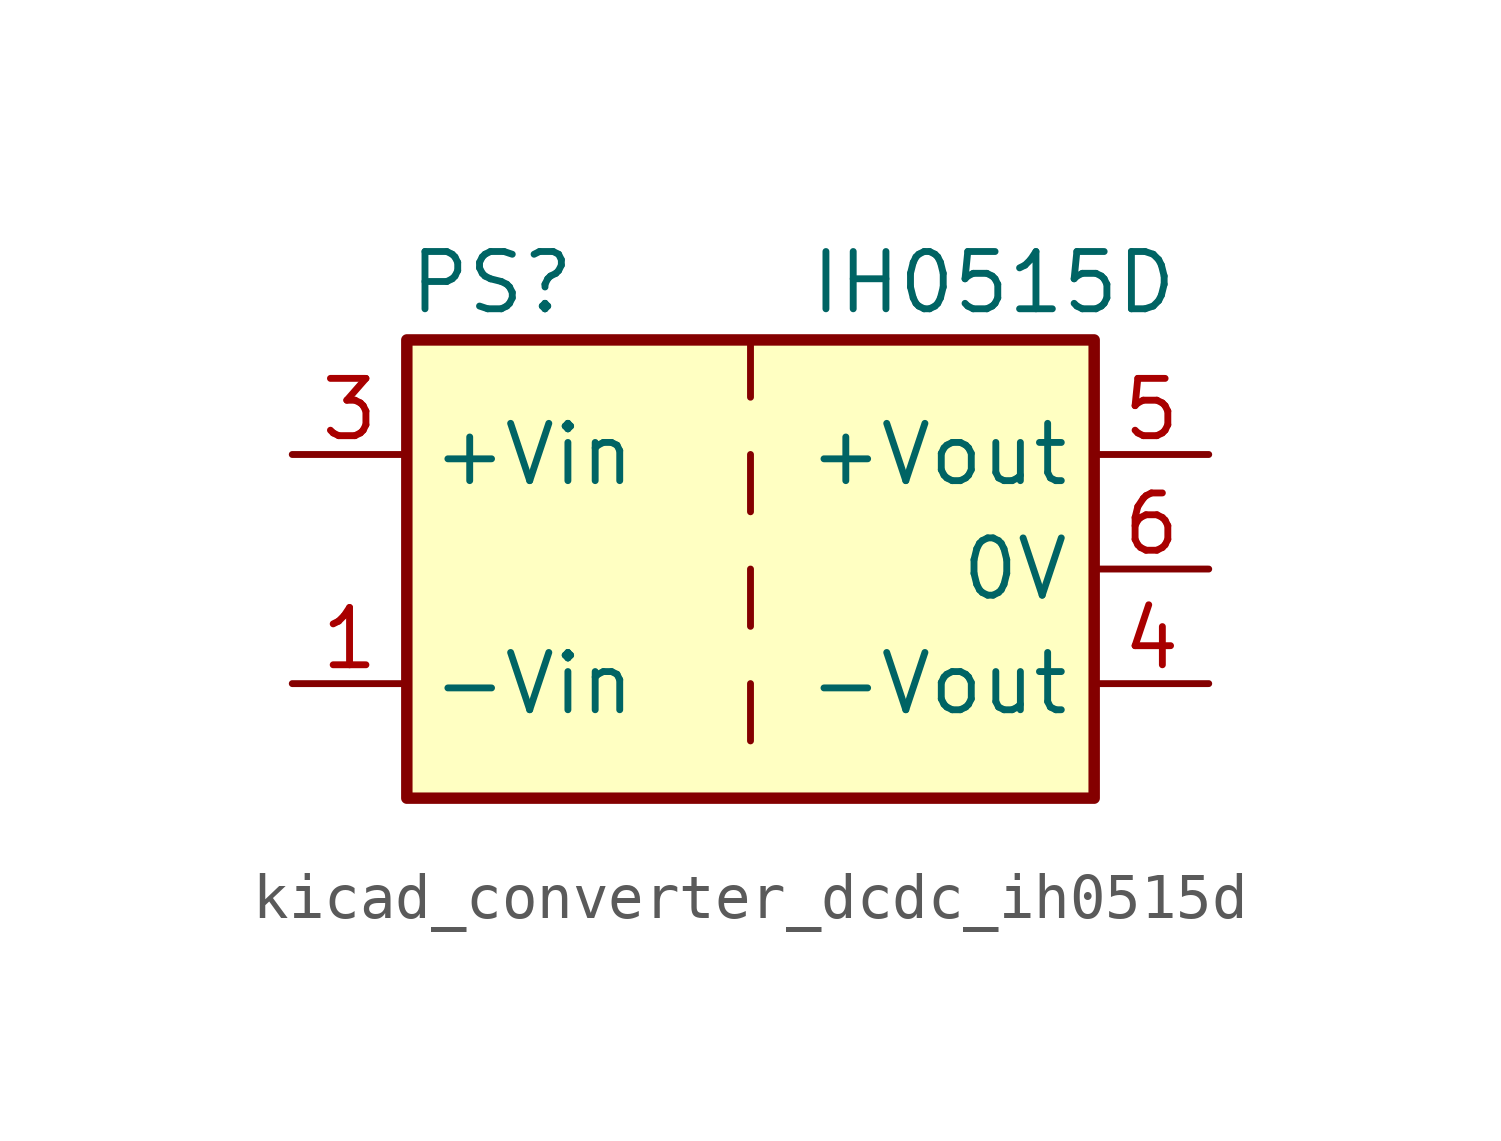
<source format=kicad_sym>
(kicad_symbol_lib
  (version 20220914)
  (generator kicad_symbol_editor)
  (symbol "kicad_converter_dcdc_ih0515d"
    (property "Reference" "PS"
      (at -7.62 6.35 0)
      (effects (font (size 1.27 1.27)) (justify left)))
    (property "Value" "IH0515D"
      (at 1.27 6.35 0)
      (effects (font (size 1.27 1.27)) (justify left)))
    (symbol "kicad_converter_dcdc_ih0515d_0_0"
      (pin power_in line (at -10.16 -2.54 0) (length 2.54) (name "-Vin" (effects (font (size 1.27 1.27)))) (number "1" (effects (font (size 1.27 1.27)))))
      (pin power_in line (at -10.16 2.54 0) (length 2.54) (name "+Vin" (effects (font (size 1.27 1.27)))) (number "3" (effects (font (size 1.27 1.27)))))
      (pin power_out line (at 10.16 -2.54 180) (length 2.54) (name "-Vout" (effects (font (size 1.27 1.27)))) (number "4" (effects (font (size 1.27 1.27)))))
      (pin power_out line (at 10.16 2.54 180) (length 2.54) (name "+Vout" (effects (font (size 1.27 1.27)))) (number "5" (effects (font (size 1.27 1.27)))))
      (pin power_out line (at 10.16 0 180) (length 2.54) (name "0V" (effects (font (size 1.27 1.27)))) (number "6" (effects (font (size 1.27 1.27))))))
    (symbol "kicad_converter_dcdc_ih0515d_0_1"
      (rectangle (start -7.62 5.08) (end 7.62 -5.08) (stroke (width 0.254) (type default)) (fill (type background)))
      (polyline (pts (xy 0 -2.54) (xy 0 -3.81)) (stroke (width 0) (type default)) (fill (type none)))
      (polyline (pts (xy 0 0) (xy 0 -1.27)) (stroke (width 0) (type default)) (fill (type none)))
      (polyline (pts (xy 0 2.54) (xy 0 1.27)) (stroke (width 0) (type default)) (fill (type none)))
      (polyline (pts (xy 0 5.08) (xy 0 3.81)) (stroke (width 0) (type default)) (fill (type none))))
    (symbol "kicad_converter_dcdc_ih0515d_1_1"
      (pin no_connect line (at 0 -5.08 90) (length 2.54) hide (name "NC" (effects (font (size 1.27 1.27)))) (number "2" (effects (font (size 1.27 1.27))))))))
</source>
